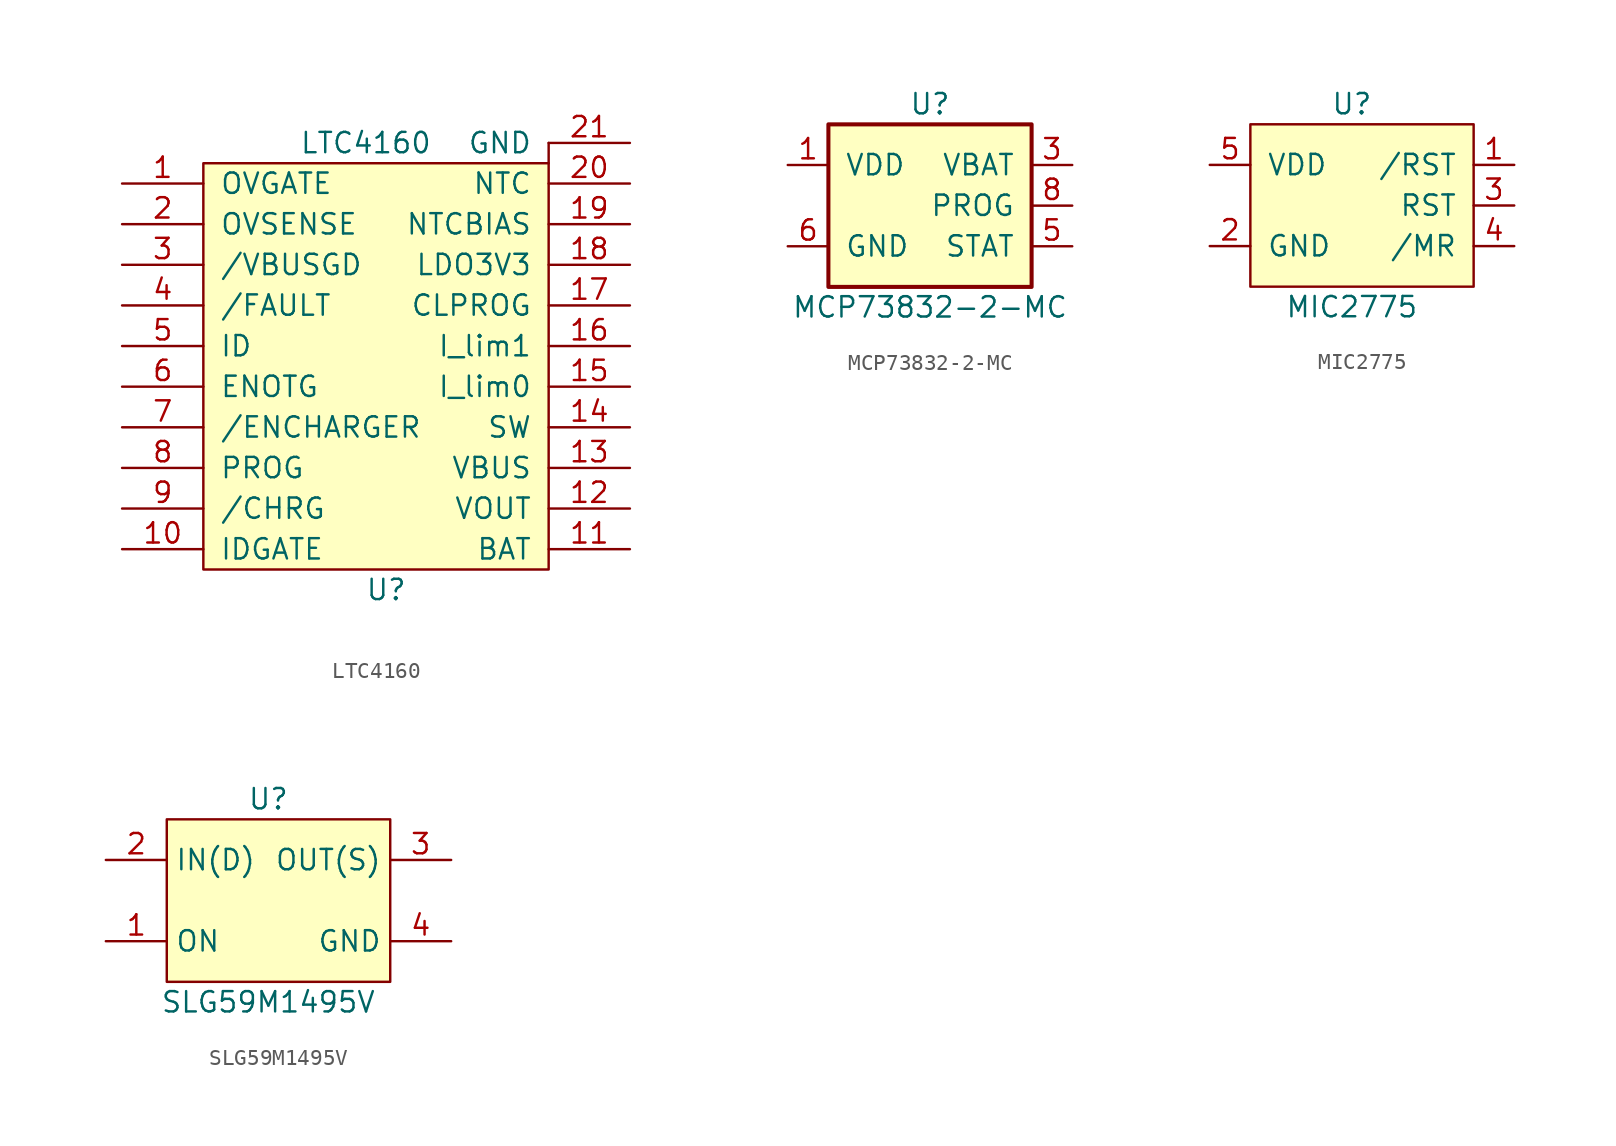
<source format=kicad_sym>
(kicad_symbol_lib
  (version 20211014)
  (generator kicad_symbol_editor)
  (symbol "LTC4160"
    (pin_names
      (offset 1.016))
    (property "Reference" "U"
      (at 0 -13.97 0)
      (effects (font (size 1.27 1.27))))
    (property "Value" "LTC4160"
      (at -1.27 13.97 0)
      (effects (font (size 1.27 1.27))))
    (symbol "LTC4160_0_1"
      (rectangle (start -11.43 12.7) (end 10.16 -12.7) (stroke (width 0) (type default) (color 0 0 0 0)) (fill (type background)))
      (polyline (pts (xy 10.16 13.97) (xy 10.16 12.7)) (stroke (width 0) (type default) (color 0 0 0 0)) (fill (type none))))
    (symbol "LTC4160_1_1"
      (pin output line (at -16.51 11.43 0) (length 5.08) (name "OVGATE" (effects (font (size 1.27 1.27)))) (number "1" (effects (font (size 1.27 1.27)))))
      (pin output line (at -16.51 -11.43 0) (length 5.08) (name "IDGATE" (effects (font (size 1.27 1.27)))) (number "10" (effects (font (size 1.27 1.27)))))
      (pin power_in line (at 15.24 -11.43 180) (length 5.08) (name "BAT" (effects (font (size 1.27 1.27)))) (number "11" (effects (font (size 1.27 1.27)))))
      (pin power_out line (at 15.24 -8.89 180) (length 5.08) (name "VOUT" (effects (font (size 1.27 1.27)))) (number "12" (effects (font (size 1.27 1.27)))))
      (pin power_in line (at 15.24 -6.35 180) (length 5.08) (name "VBUS" (effects (font (size 1.27 1.27)))) (number "13" (effects (font (size 1.27 1.27)))))
      (pin input line (at 15.24 -3.81 180) (length 5.08) (name "SW" (effects (font (size 1.27 1.27)))) (number "14" (effects (font (size 1.27 1.27)))))
      (pin input line (at 15.24 -1.27 180) (length 5.08) (name "I_lim0" (effects (font (size 1.27 1.27)))) (number "15" (effects (font (size 1.27 1.27)))))
      (pin input line (at 15.24 1.27 180) (length 5.08) (name "I_lim1" (effects (font (size 1.27 1.27)))) (number "16" (effects (font (size 1.27 1.27)))))
      (pin input line (at 15.24 3.81 180) (length 5.08) (name "CLPROG" (effects (font (size 1.27 1.27)))) (number "17" (effects (font (size 1.27 1.27)))))
      (pin input line (at 15.24 6.35 180) (length 5.08) (name "LDO3V3" (effects (font (size 1.27 1.27)))) (number "18" (effects (font (size 1.27 1.27)))))
      (pin input line (at 15.24 8.89 180) (length 5.08) (name "NTCBIAS" (effects (font (size 1.27 1.27)))) (number "19" (effects (font (size 1.27 1.27)))))
      (pin input line (at -16.51 8.89 0) (length 5.08) (name "OVSENSE" (effects (font (size 1.27 1.27)))) (number "2" (effects (font (size 1.27 1.27)))))
      (pin input line (at 15.24 11.43 180) (length 5.08) (name "NTC" (effects (font (size 1.27 1.27)))) (number "20" (effects (font (size 1.27 1.27)))))
      (pin input line (at 15.24 13.97 180) (length 5.08) (name "GND" (effects (font (size 1.27 1.27)))) (number "21" (effects (font (size 1.27 1.27)))))
      (pin output line (at -16.51 6.35 0) (length 5.08) (name "/VBUSGD" (effects (font (size 1.27 1.27)))) (number "3" (effects (font (size 1.27 1.27)))))
      (pin output line (at -16.51 3.81 0) (length 5.08) (name "/FAULT" (effects (font (size 1.27 1.27)))) (number "4" (effects (font (size 1.27 1.27)))))
      (pin input line (at -16.51 1.27 0) (length 5.08) (name "ID" (effects (font (size 1.27 1.27)))) (number "5" (effects (font (size 1.27 1.27)))))
      (pin input line (at -16.51 -1.27 0) (length 5.08) (name "ENOTG" (effects (font (size 1.27 1.27)))) (number "6" (effects (font (size 1.27 1.27)))))
      (pin input line (at -16.51 -3.81 0) (length 5.08) (name "/ENCHARGER" (effects (font (size 1.27 1.27)))) (number "7" (effects (font (size 1.27 1.27)))))
      (pin input line (at -16.51 -6.35 0) (length 5.08) (name "PROG" (effects (font (size 1.27 1.27)))) (number "8" (effects (font (size 1.27 1.27)))))
      (pin output line (at -16.51 -8.89 0) (length 5.08) (name "/CHRG" (effects (font (size 1.27 1.27)))) (number "9" (effects (font (size 1.27 1.27)))))))
  (symbol "MCP73832-2-MC"
    (pin_names
      (offset 1.016))
    (property "Reference" "U"
      (at 6.35 1.27 0)
      (effects (font (size 1.27 1.27))))
    (property "Value" "MCP73832-2-MC"
      (at 6.35 -11.43 0)
      (effects (font (size 1.27 1.27))))
    (symbol "MCP73832-2-MC_0_1"
      (rectangle (start 0 0) (end 12.7 -10.16) (stroke (width 0.254) (type default) (color 0 0 0 0)) (fill (type background))))
    (symbol "MCP73832-2-MC_1_1"
      (pin power_in line (at -2.54 -2.54 0) (length 2.54) (name "VDD" (effects (font (size 1.27 1.27)))) (number "1" (effects (font (size 1.27 1.27)))))
      (pin power_in line (at -2.54 -2.54 0) (length 2.54) hide (name "VDD" (effects (font (size 1.27 1.27)))) (number "2" (effects (font (size 1.27 1.27)))))
      (pin power_out line (at 15.24 -2.54 180) (length 2.54) (name "VBAT" (effects (font (size 1.27 1.27)))) (number "3" (effects (font (size 1.27 1.27)))))
      (pin power_out line (at 15.24 -2.54 180) (length 2.54) hide (name "VBAT" (effects (font (size 1.27 1.27)))) (number "4" (effects (font (size 1.27 1.27)))))
      (pin output line (at 15.24 -7.62 180) (length 2.54) (name "STAT" (effects (font (size 1.27 1.27)))) (number "5" (effects (font (size 1.27 1.27)))))
      (pin power_in line (at -2.54 -7.62 0) (length 2.54) (name "GND" (effects (font (size 1.27 1.27)))) (number "6" (effects (font (size 1.27 1.27)))))
      (pin input line (at 15.24 -5.08 180) (length 2.54) (name "PROG" (effects (font (size 1.27 1.27)))) (number "8" (effects (font (size 1.27 1.27)))))
      (pin power_in line (at -2.54 -7.62 0) (length 2.54) hide (name "GND" (effects (font (size 1.27 1.27)))) (number "9" (effects (font (size 1.27 1.27)))))))
  (symbol "MIC2775"
    (pin_names
      (offset 1.016))
    (property "Reference" "U"
      (at 6.35 1.27 0)
      (effects (font (size 1.27 1.27))))
    (property "Value" "MIC2775"
      (at 6.35 -11.43 0)
      (effects (font (size 1.27 1.27))))
    (symbol "MIC2775_0_1"
      (rectangle (start 0 0) (end 13.97 -10.16) (stroke (width 0) (type default) (color 0 0 0 0)) (fill (type background))))
    (symbol "MIC2775_1_1"
      (pin output line (at 16.51 -2.54 180) (length 2.54) (name "/RST" (effects (font (size 1.27 1.27)))) (number "1" (effects (font (size 1.27 1.27)))))
      (pin power_in line (at -2.54 -7.62 0) (length 2.54) (name "GND" (effects (font (size 1.27 1.27)))) (number "2" (effects (font (size 1.27 1.27)))))
      (pin output line (at 16.51 -5.08 180) (length 2.54) (name "RST" (effects (font (size 1.27 1.27)))) (number "3" (effects (font (size 1.27 1.27)))))
      (pin input line (at 16.51 -7.62 180) (length 2.54) (name "/MR" (effects (font (size 1.27 1.27)))) (number "4" (effects (font (size 1.27 1.27)))))
      (pin power_in line (at -2.54 -2.54 0) (length 2.54) (name "VDD" (effects (font (size 1.27 1.27)))) (number "5" (effects (font (size 1.27 1.27)))))))
  (symbol "SLG59M1495V"
    (property "Reference" "U"
      (at 6.35 1.27 0)
      (effects (font (size 1.27 1.27))))
    (property "Value" "SLG59M1495V"
      (at 6.35 -11.43 0)
      (effects (font (size 1.27 1.27))))
    (symbol "SLG59M1495V_0_1"
      (rectangle (start 0 0) (end 13.97 -10.16) (stroke (width 0) (type default) (color 0 0 0 0)) (fill (type background))))
    (symbol "SLG59M1495V_1_1"
      (pin input line (at -3.81 -7.62 0) (length 3.81) (name "ON" (effects (font (size 1.27 1.27)))) (number "1" (effects (font (size 1.27 1.27)))))
      (pin power_in line (at -3.81 -2.54 0) (length 3.81) (name "IN(D)" (effects (font (size 1.27 1.27)))) (number "2" (effects (font (size 1.27 1.27)))))
      (pin power_out line (at 17.78 -2.54 180) (length 3.81) (name "OUT(S)" (effects (font (size 1.27 1.27)))) (number "3" (effects (font (size 1.27 1.27)))))
      (pin power_in line (at 17.78 -7.62 180) (length 3.81) (name "GND" (effects (font (size 1.27 1.27)))) (number "4" (effects (font (size 1.27 1.27))))))))
</source>
